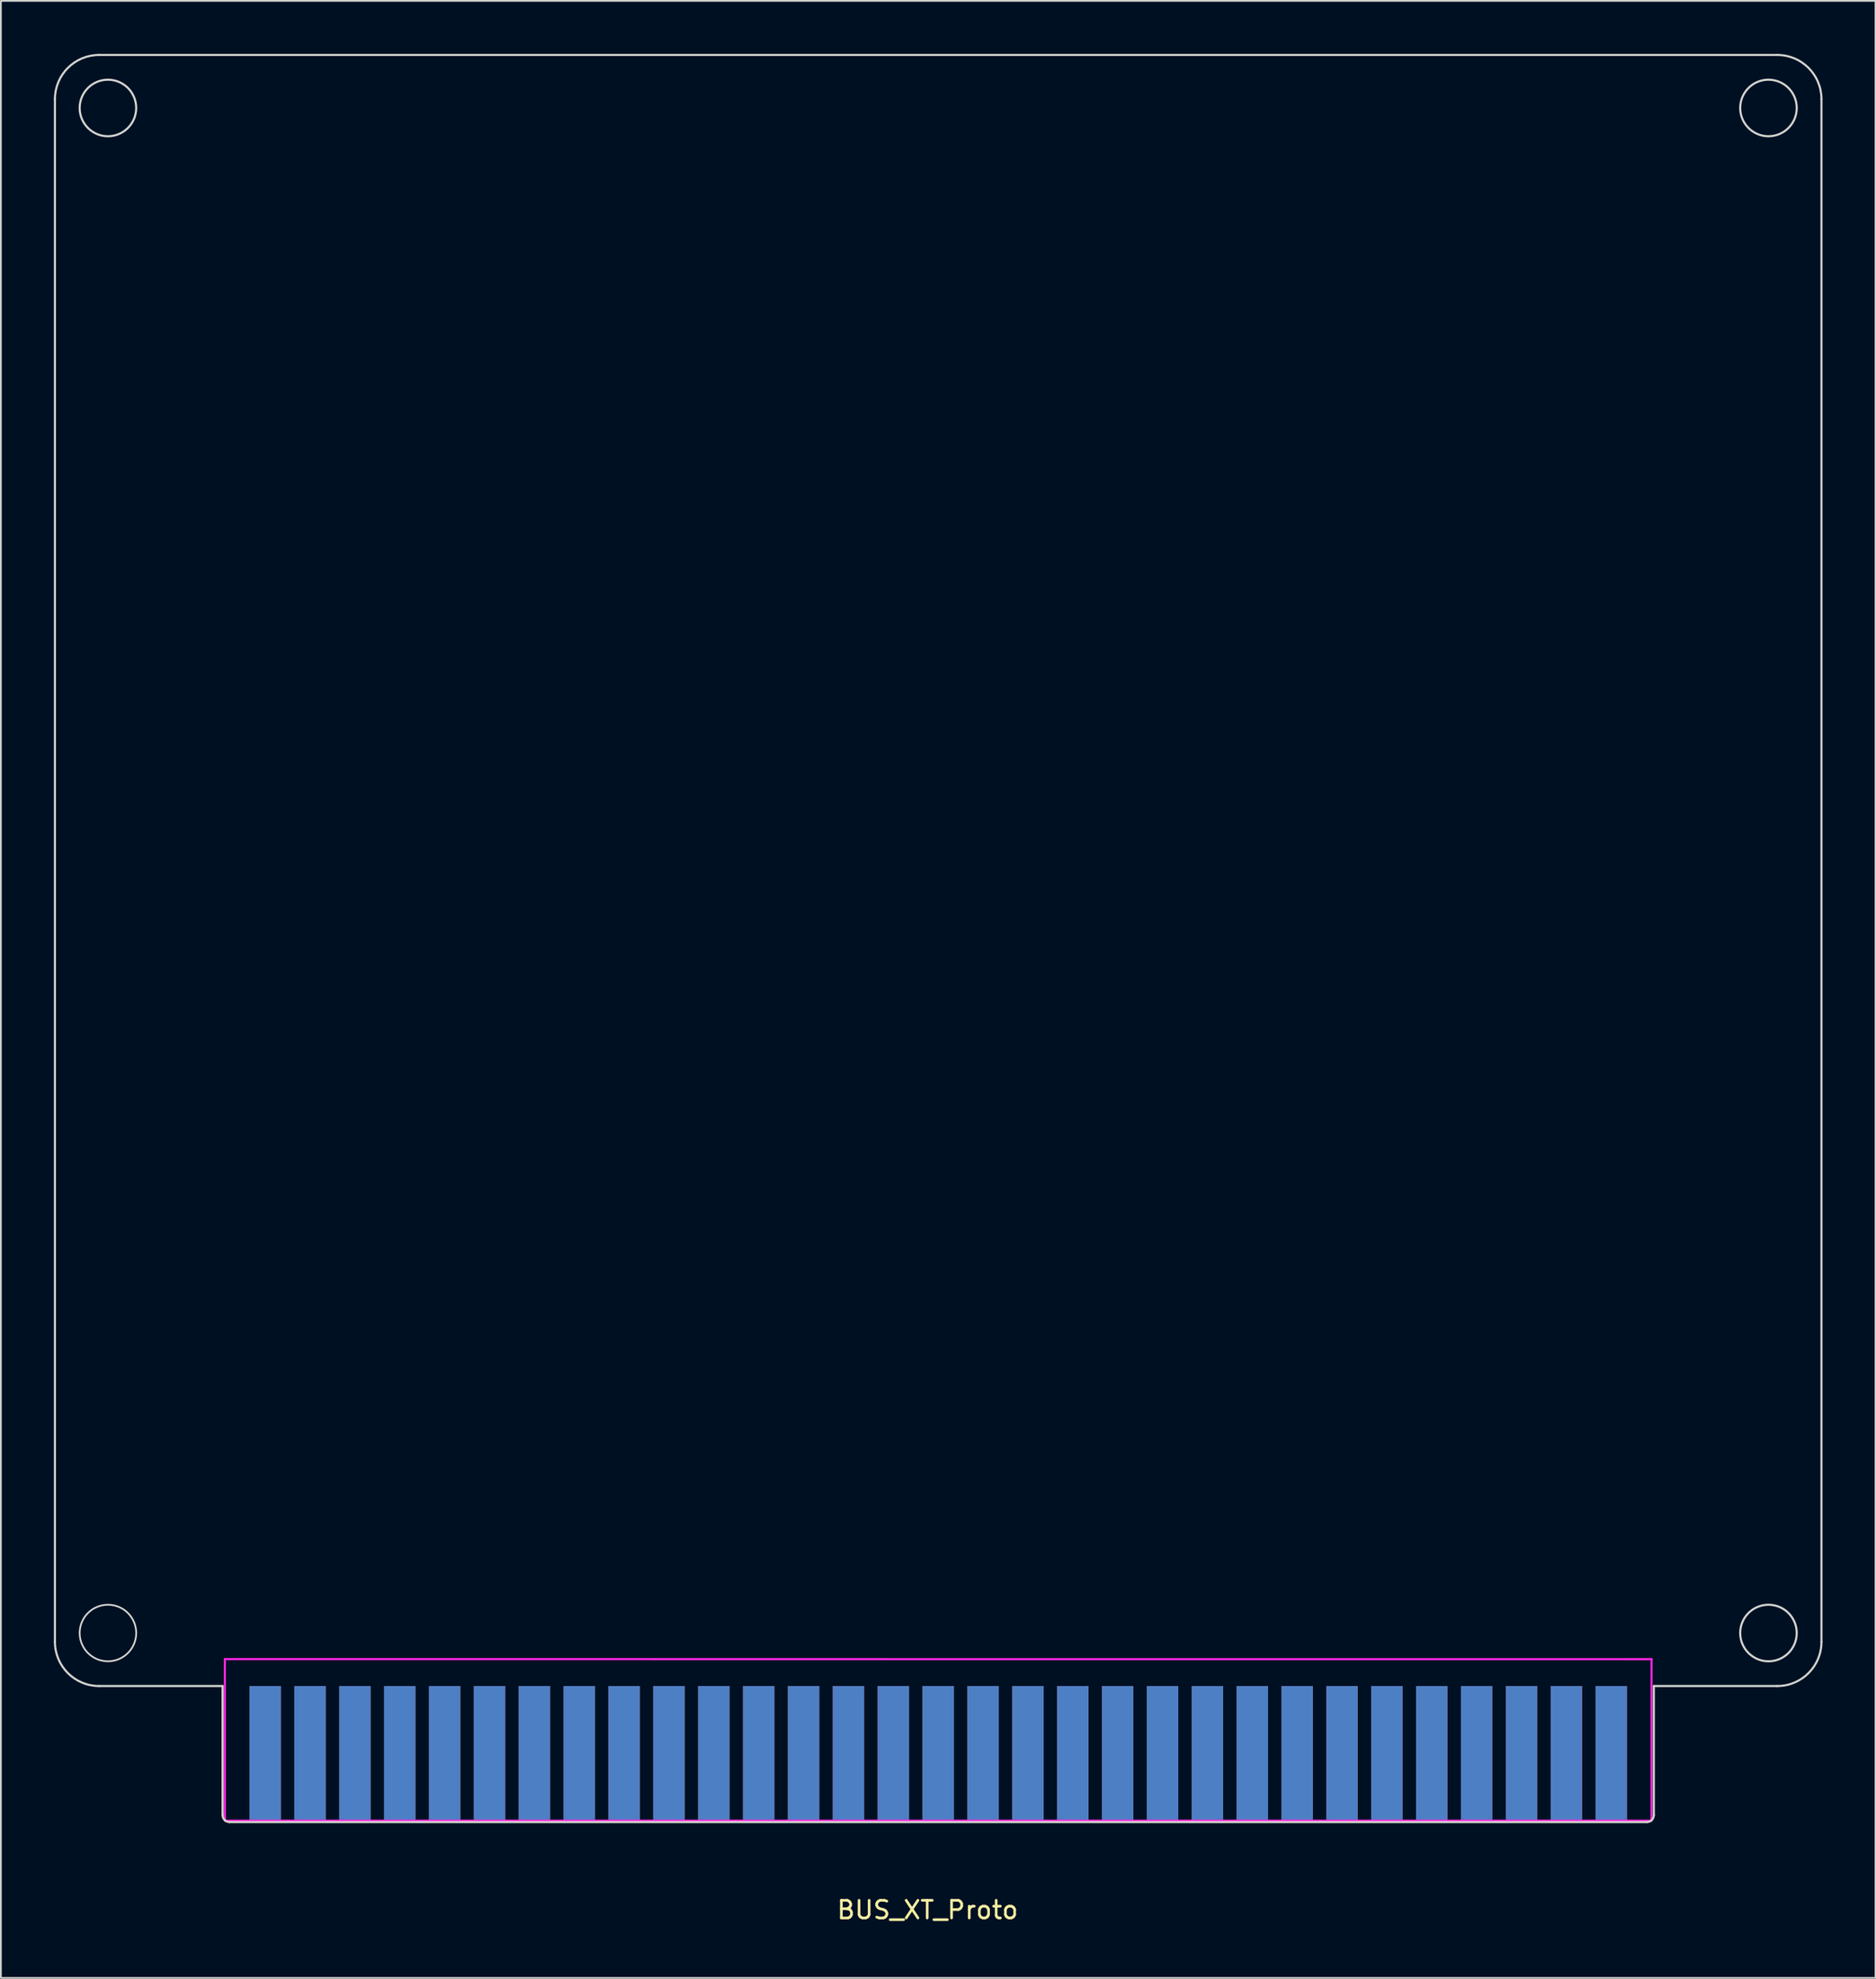
<source format=kicad_pcb>
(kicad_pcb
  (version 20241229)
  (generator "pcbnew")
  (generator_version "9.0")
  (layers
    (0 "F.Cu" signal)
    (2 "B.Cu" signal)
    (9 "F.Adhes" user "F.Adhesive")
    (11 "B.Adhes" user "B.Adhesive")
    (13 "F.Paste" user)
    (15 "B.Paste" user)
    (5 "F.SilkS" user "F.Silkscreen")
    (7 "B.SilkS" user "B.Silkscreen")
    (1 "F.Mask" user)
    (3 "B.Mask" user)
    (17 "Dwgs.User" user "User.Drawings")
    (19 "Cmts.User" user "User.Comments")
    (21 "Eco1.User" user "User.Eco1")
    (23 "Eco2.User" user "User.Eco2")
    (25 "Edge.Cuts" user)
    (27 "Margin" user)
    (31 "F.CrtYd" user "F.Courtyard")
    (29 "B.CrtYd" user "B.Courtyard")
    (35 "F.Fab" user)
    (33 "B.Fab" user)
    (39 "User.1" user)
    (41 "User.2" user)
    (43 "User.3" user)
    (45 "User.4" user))
  (footprint "BUS_XT_Proto"
    (layer "F.Cu")
    (at 50.06 92.36)
    (property "Reference" "BUS_XT_Proto" (at -0.6 12.67 0) (layer "F.SilkS") (effects (font (size 1 1) (thickness 0.15))))
    (attr exclude_from_pos_files exclude_from_bom)
    (fp_line (start -50 -2.5) (end -50 -89.8) (stroke (width 0.12) (type solid)) (layer "Edge.Cuts"))
    (fp_line (start -47.5 -92.3) (end 47.5 -92.3) (stroke (width 0.12) (type solid)) (layer "Edge.Cuts"))
    (fp_line (start -47.5 0) (end -40.51 0) (stroke (width 0.12) (type solid)) (layer "Edge.Cuts"))
    (fp_line (start -40.51 7.3) (end -40.51 0) (stroke (width 0.12) (type solid)) (layer "Edge.Cuts"))
    (fp_line (start -40.11 7.7) (end 40.11 7.7) (stroke (width 0.12) (type solid)) (layer "Edge.Cuts"))
    (fp_line (start 40.51 7.3) (end 40.51 0) (stroke (width 0.12) (type solid)) (layer "Edge.Cuts"))
    (fp_line (start 47.5 0) (end 40.51 0) (stroke (width 0.12) (type solid)) (layer "Edge.Cuts"))
    (fp_line (start 50 -89.8) (end 50 -2.5) (stroke (width 0.12) (type solid)) (layer "Edge.Cuts"))
    (fp_arc (start -50 -89.8) (mid -49.267767 -91.567767) (end -47.5 -92.3) (stroke (width 0.12) (type solid)) (layer "Edge.Cuts"))
    (fp_arc (start -47.5 0) (mid -49.267767 -0.732233) (end -50 -2.5) (stroke (width 0.12) (type solid)) (layer "Edge.Cuts"))
    (fp_arc (start -40.11 7.7) (mid -40.392843 7.582843) (end -40.51 7.3) (stroke (width 0.12) (type solid)) (layer "Edge.Cuts"))
    (fp_arc (start 40.51 7.3) (mid 40.392843 7.582843) (end 40.11 7.7) (stroke (width 0.12) (type solid)) (layer "Edge.Cuts"))
    (fp_arc (start 47.5 -92.3) (mid 49.267767 -91.567767) (end 50 -89.8) (stroke (width 0.12) (type solid)) (layer "Edge.Cuts"))
    (fp_arc (start 50 -2.5) (mid 49.267767 -0.732233) (end 47.5 0) (stroke (width 0.12) (type solid)) (layer "Edge.Cuts"))
    (fp_circle (center -47 -89.3) (end -45.4 -89.3) (stroke (width 0.12) (type solid)) (fill no) (layer "Edge.Cuts"))
    (fp_circle (center -47 -3) (end -45.4 -3) (stroke (width 0.1) (type solid)) (fill no) (layer "Edge.Cuts"))
    (fp_circle (center 47 -89.3) (end 48.6 -89.3) (stroke (width 0.12) (type solid)) (fill no) (layer "Edge.Cuts"))
    (fp_circle (center 47 -3) (end 48.6 -3) (stroke (width 0.12) (type solid)) (fill no) (layer "Edge.Cuts"))
    (fp_line (start -40.38 -1.524) (end -40.38 7.62) (stroke (width 0.12) (type solid)) (layer "F.CrtYd"))
    (fp_line (start -40.38 -1.524) (end 40.38 -1.52) (stroke (width 0.12) (type solid)) (layer "F.CrtYd"))
    (fp_line (start 40.38 -1.52) (end 40.38 7.62) (stroke (width 0.12) (type solid)) (layer "F.CrtYd"))
    (fp_line (start 40.38 7.62) (end -40.38 7.62) (stroke (width 0.12) (type solid)) (layer "F.CrtYd"))
    (pad "1" connect rect (at 38.1 3.81) (size 1.78 7.62) (layers "F.Cu" "F.Mask"))
    (pad "2" connect rect (at 35.56 3.81) (size 1.78 7.62) (layers "F.Cu" "F.Mask"))
    (pad "3" connect rect (at 33.02 3.81) (size 1.78 7.62) (layers "F.Cu" "F.Mask"))
    (pad "4" connect rect (at 30.48 3.81) (size 1.78 7.62) (layers "F.Cu" "F.Mask"))
    (pad "5" connect rect (at 27.94 3.81) (size 1.78 7.62) (layers "F.Cu" "F.Mask"))
    (pad "6" connect rect (at 25.4 3.81) (size 1.78 7.62) (layers "F.Cu" "F.Mask"))
    (pad "7" connect rect (at 22.86 3.81) (size 1.78 7.62) (layers "F.Cu" "F.Mask"))
    (pad "8" connect rect (at 20.32 3.81) (size 1.78 7.62) (layers "F.Cu" "F.Mask"))
    (pad "9" connect rect (at 17.78 3.81) (size 1.78 7.62) (layers "F.Cu" "F.Mask"))
    (pad "10" connect rect (at 15.24 3.81) (size 1.78 7.62) (layers "F.Cu" "F.Mask"))
    (pad "11" connect rect (at 12.7 3.81) (size 1.78 7.62) (layers "F.Cu" "F.Mask"))
    (pad "12" connect rect (at 10.16 3.81) (size 1.78 7.62) (layers "F.Cu" "F.Mask"))
    (pad "13" connect rect (at 7.62 3.81) (size 1.78 7.62) (layers "F.Cu" "F.Mask"))
    (pad "14" connect rect (at 5.08 3.81) (size 1.78 7.62) (layers "F.Cu" "F.Mask"))
    (pad "15" connect rect (at 2.54 3.81) (size 1.78 7.62) (layers "F.Cu" "F.Mask"))
    (pad "16" connect rect (at 0 3.81) (size 1.78 7.62) (layers "F.Cu" "F.Mask"))
    (pad "17" connect rect (at -2.54 3.81) (size 1.78 7.62) (layers "F.Cu" "F.Mask"))
    (pad "18" connect rect (at -5.08 3.81) (size 1.78 7.62) (layers "F.Cu" "F.Mask"))
    (pad "19" connect rect (at -7.62 3.81) (size 1.78 7.62) (layers "F.Cu" "F.Mask"))
    (pad "20" connect rect (at -10.16 3.81) (size 1.78 7.62) (layers "F.Cu" "F.Mask"))
    (pad "21" connect rect (at -12.7 3.81) (size 1.78 7.62) (layers "F.Cu" "F.Mask"))
    (pad "22" connect rect (at -15.24 3.81) (size 1.78 7.62) (layers "F.Cu" "F.Mask"))
    (pad "23" connect rect (at -17.78 3.81) (size 1.78 7.62) (layers "F.Cu" "F.Mask"))
    (pad "24" connect rect (at -20.32 3.81) (size 1.78 7.62) (layers "F.Cu" "F.Mask"))
    (pad "25" connect rect (at -22.86 3.81) (size 1.78 7.62) (layers "F.Cu" "F.Mask"))
    (pad "26" connect rect (at -25.4 3.81) (size 1.78 7.62) (layers "F.Cu" "F.Mask"))
    (pad "27" connect rect (at -27.94 3.81) (size 1.78 7.62) (layers "F.Cu" "F.Mask"))
    (pad "28" connect rect (at -30.48 3.81) (size 1.78 7.62) (layers "F.Cu" "F.Mask"))
    (pad "29" connect rect (at -33.02 3.81) (size 1.78 7.62) (layers "F.Cu" "F.Mask"))
    (pad "30" connect rect (at -35.56 3.81) (size 1.78 7.62) (layers "F.Cu" "F.Mask"))
    (pad "31" connect rect (at -38.1 3.81) (size 1.78 7.62) (layers "F.Cu" "F.Mask"))
    (pad "32" connect rect (at 38.1 3.81) (size 1.78 7.62) (layers "B.Cu" "B.Mask"))
    (pad "33" connect rect (at 35.56 3.81) (size 1.78 7.62) (layers "B.Cu" "B.Mask"))
    (pad "34" connect rect (at 33.02 3.81) (size 1.78 7.62) (layers "B.Cu" "B.Mask"))
    (pad "35" connect rect (at 30.48 3.81) (size 1.78 7.62) (layers "B.Cu" "B.Mask"))
    (pad "36" connect rect (at 27.94 3.81) (size 1.78 7.62) (layers "B.Cu" "B.Mask"))
    (pad "37" connect rect (at 25.4 3.81) (size 1.78 7.62) (layers "B.Cu" "B.Mask"))
    (pad "38" connect rect (at 22.86 3.81) (size 1.78 7.62) (layers "B.Cu" "B.Mask"))
    (pad "39" connect rect (at 20.32 3.81) (size 1.78 7.62) (layers "B.Cu" "B.Mask"))
    (pad "40" connect rect (at 17.78 3.81) (size 1.78 7.62) (layers "B.Cu" "B.Mask"))
    (pad "41" connect rect (at 15.24 3.81) (size 1.78 7.62) (layers "B.Cu" "B.Mask"))
    (pad "42" connect rect (at 12.7 3.81) (size 1.78 7.62) (layers "B.Cu" "B.Mask"))
    (pad "43" connect rect (at 10.16 3.81) (size 1.78 7.62) (layers "B.Cu" "B.Mask"))
    (pad "44" connect rect (at 7.62 3.81) (size 1.78 7.62) (layers "B.Cu" "B.Mask"))
    (pad "45" connect rect (at 5.08 3.81) (size 1.78 7.62) (layers "B.Cu" "B.Mask"))
    (pad "46" connect rect (at 2.54 3.81) (size 1.78 7.62) (layers "B.Cu" "B.Mask"))
    (pad "47" connect rect (at 0 3.81) (size 1.78 7.62) (layers "B.Cu" "B.Mask"))
    (pad "48" connect rect (at -2.54 3.81) (size 1.78 7.62) (layers "B.Cu" "B.Mask"))
    (pad "49" connect rect (at -5.08 3.81) (size 1.78 7.62) (layers "B.Cu" "B.Mask"))
    (pad "50" connect rect (at -7.62 3.81) (size 1.78 7.62) (layers "B.Cu" "B.Mask"))
    (pad "51" connect rect (at -10.16 3.81) (size 1.78 7.62) (layers "B.Cu" "B.Mask"))
    (pad "52" connect rect (at -12.7 3.81) (size 1.78 7.62) (layers "B.Cu" "B.Mask"))
    (pad "53" connect rect (at -15.24 3.81) (size 1.78 7.62) (layers "B.Cu" "B.Mask"))
    (pad "54" connect rect (at -17.78 3.81) (size 1.78 7.62) (layers "B.Cu" "B.Mask"))
    (pad "55" connect rect (at -20.32 3.81) (size 1.78 7.62) (layers "B.Cu" "B.Mask"))
    (pad "56" connect rect (at -22.86 3.81) (size 1.78 7.62) (layers "B.Cu" "B.Mask"))
    (pad "57" connect rect (at -25.4 3.81) (size 1.78 7.62) (layers "B.Cu" "B.Mask"))
    (pad "58" connect rect (at -27.94 3.81) (size 1.78 7.62) (layers "B.Cu" "B.Mask"))
    (pad "59" connect rect (at -30.48 3.81) (size 1.78 7.62) (layers "B.Cu" "B.Mask"))
    (pad "60" connect rect (at -33.02 3.81) (size 1.78 7.62) (layers "B.Cu" "B.Mask"))
    (pad "61" connect rect (at -35.56 3.81) (size 1.78 7.62) (layers "B.Cu" "B.Mask"))
    (pad "62" connect rect (at -38.1 3.81) (size 1.78 7.62) (layers "B.Cu" "B.Mask")))
  (gr_rect
    (start -3 -3)
    (end 103.12 108.878)
    (stroke (width 0.1) (type default))
    (fill no)
    (layer "Edge.Cuts")))
</source>
